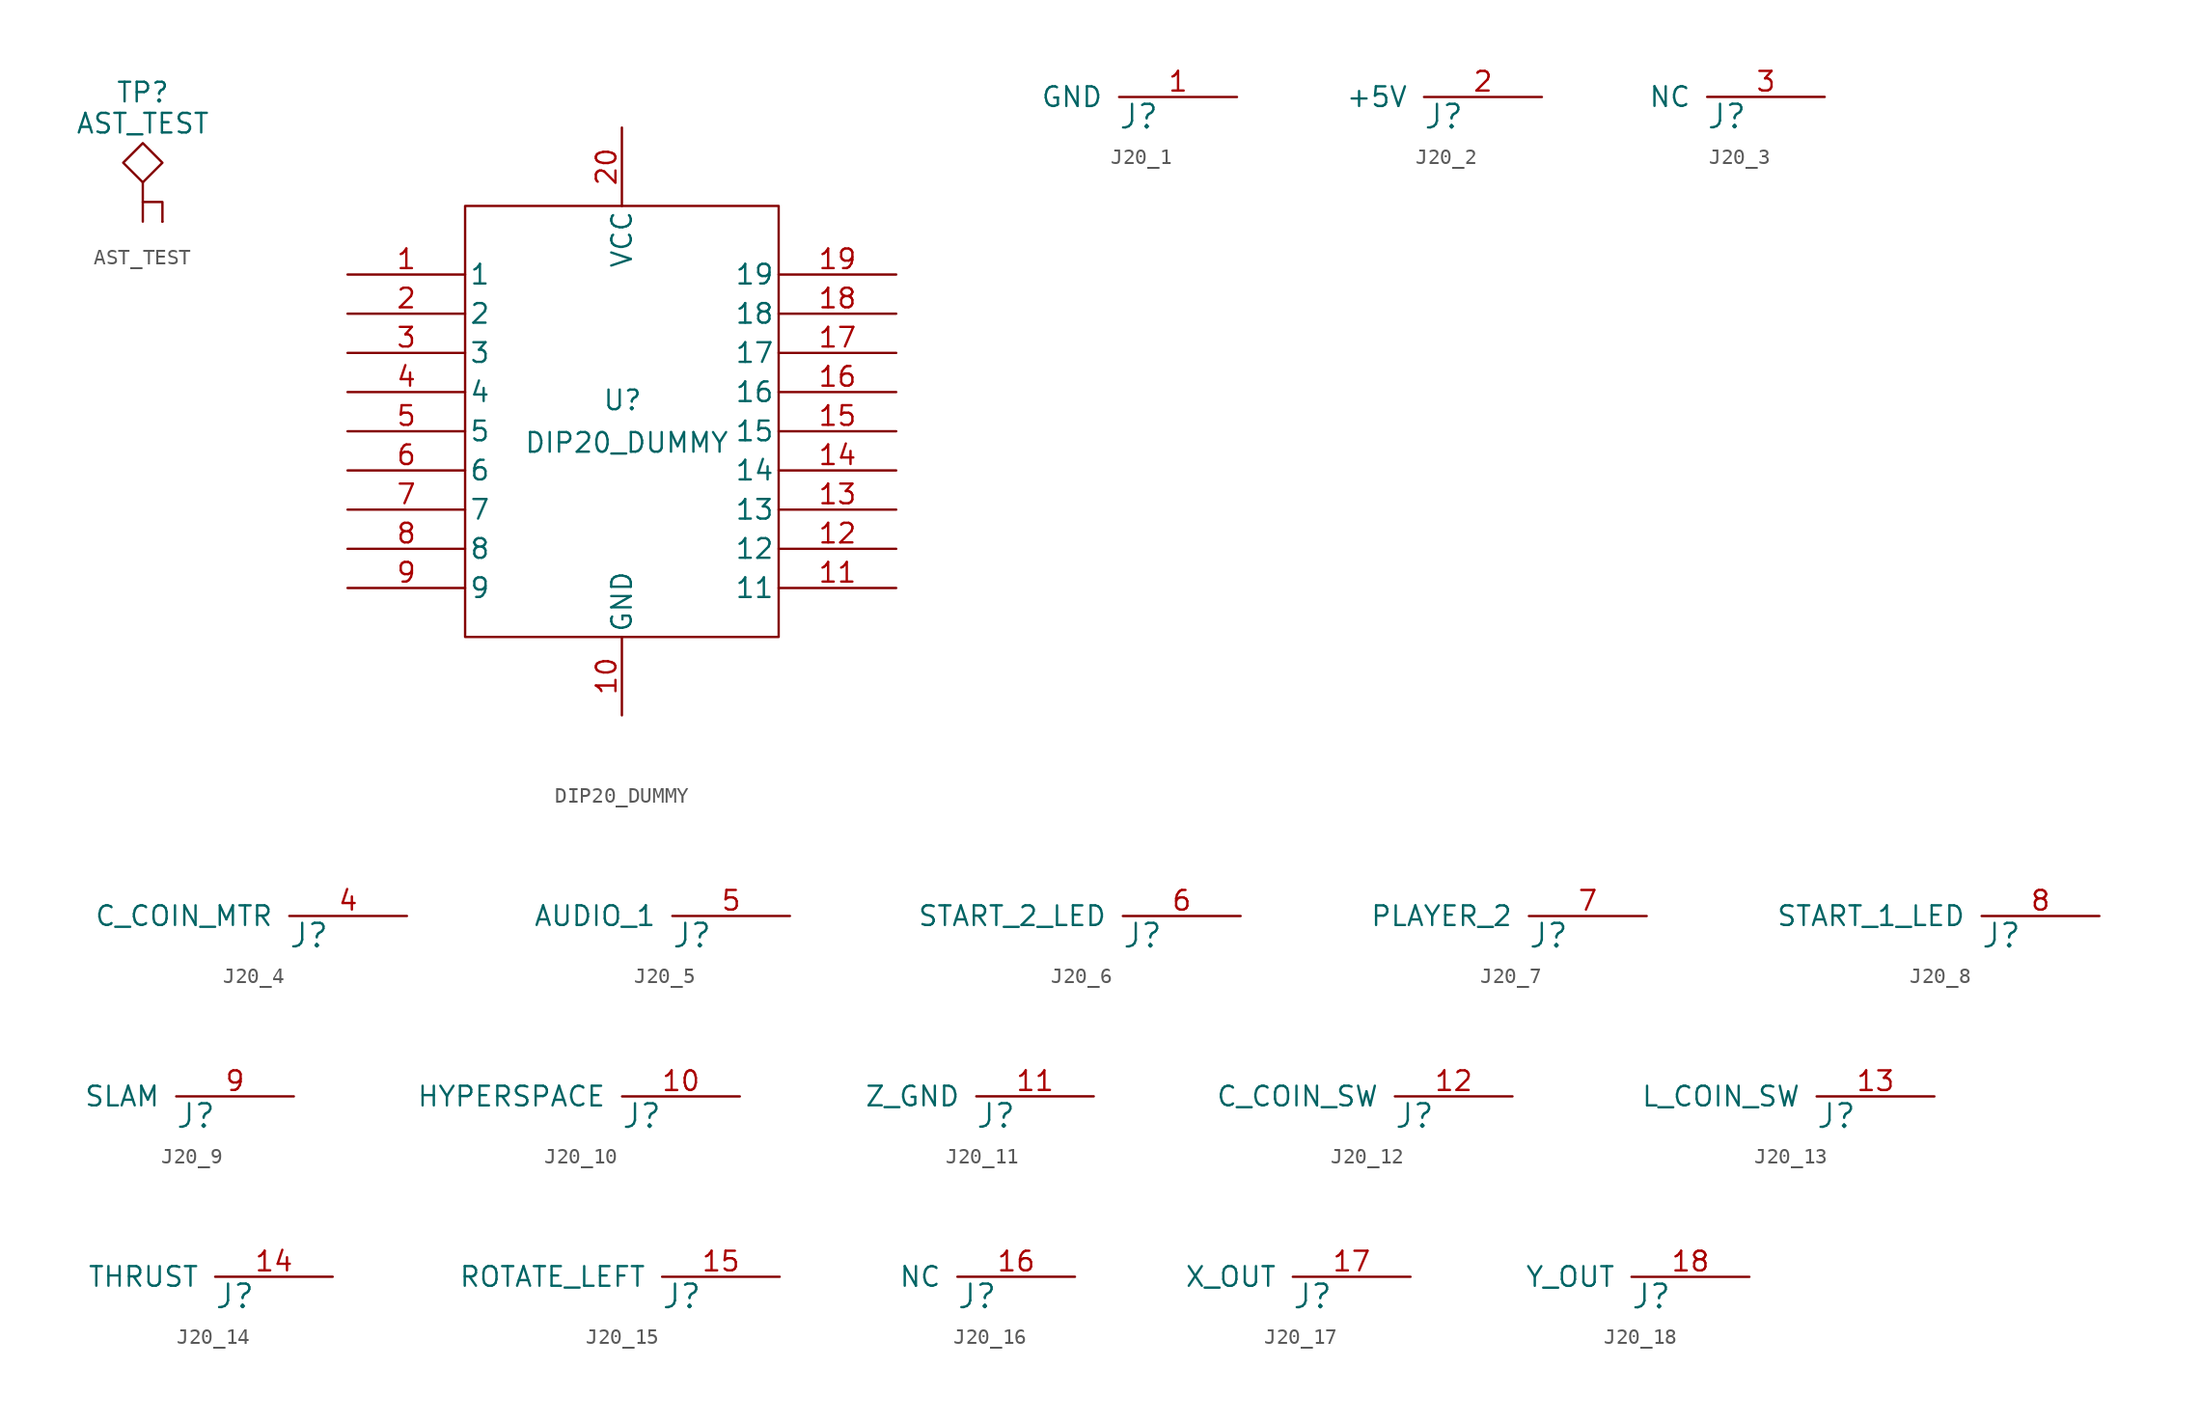
<source format=kicad_sym>
(kicad_symbol_lib
  (version 20211014)
  (generator kicad_symbol_editor)
  (symbol "AST_TEST"
    (pin_numbers hide)
    (pin_names
      (offset 1.016) hide)
    (property "Reference" "TP"
      (at 0 7.62 0)
      (effects (font (size 1.27 1.27)) (justify bottom)))
    (property "Value" "AST_TEST"
      (at 0 6.35 0)
      (effects (font (size 1.27 1.27))))
    (symbol "AST_TEST_0_1"
      (polyline (pts (xy 1.27 0) (xy 1.27 1.27) (xy 0 1.27)) (stroke (width 0) (type default) (color 0 0 0 0)) (fill (type none)))
      (polyline (pts (xy 0 5.08) (xy -1.27 3.81) (xy 0 2.54) (xy 1.27 3.81) (xy 0 5.08) (xy 0 5.08)) (stroke (width 0) (type default) (color 0 0 0 0)) (fill (type none))))
    (symbol "AST_TEST_1_1"
      (pin passive line (at 0 0 90) (length 2.54) (name "~" (effects (font (size 1.27 1.27)))) (number "1" (effects (font (size 1.27 1.27)))))
      (pin passive line (at 1.27 0 90) (length 0) (name "~" (effects (font (size 1.27 1.27)))) (number "2" (effects (font (size 1.27 1.27)))))))
  (symbol "DIP20_DUMMY"
    (pin_names
      (offset 0.254))
    (property "Reference" "U"
      (at -1.27 0.635 0)
      (effects (font (size 1.27 1.27)) (justify left bottom)))
    (property "Value" "DIP20_DUMMY"
      (at -6.35 -0.635 0)
      (effects (font (size 1.27 1.27)) (justify left top)))
    (symbol "DIP20_DUMMY_0_0"
      (pin power_in line (at 0 -19.05 90) (length 5.08) (name "GND" (effects (font (size 1.27 1.27)))) (number "10" (effects (font (size 1.27 1.27)))))
      (pin power_in line (at 0 19.05 270) (length 5.08) (name "VCC" (effects (font (size 1.27 1.27)))) (number "20" (effects (font (size 1.27 1.27))))))
    (symbol "DIP20_DUMMY_0_1"
      (rectangle (start -10.16 13.97) (end 10.16 -13.97) (stroke (width 0) (type default) (color 0 0 0 0)) (fill (type none))))
    (symbol "DIP20_DUMMY_1_1"
      (pin bidirectional line (at -17.78 9.525 0) (length 7.62) (name "1" (effects (font (size 1.27 1.27)))) (number "1" (effects (font (size 1.27 1.27)))))
      (pin input line (at 17.78 -10.795 180) (length 7.62) (name "11" (effects (font (size 1.27 1.27)))) (number "11" (effects (font (size 1.27 1.27)))))
      (pin input line (at 17.78 -8.255 180) (length 7.62) (name "12" (effects (font (size 1.27 1.27)))) (number "12" (effects (font (size 1.27 1.27)))))
      (pin input line (at 17.78 -5.715 180) (length 7.62) (name "13" (effects (font (size 1.27 1.27)))) (number "13" (effects (font (size 1.27 1.27)))))
      (pin input line (at 17.78 -3.175 180) (length 7.62) (name "14" (effects (font (size 1.27 1.27)))) (number "14" (effects (font (size 1.27 1.27)))))
      (pin input line (at 17.78 -0.635 180) (length 7.62) (name "15" (effects (font (size 1.27 1.27)))) (number "15" (effects (font (size 1.27 1.27)))))
      (pin input line (at 17.78 1.905 180) (length 7.62) (name "16" (effects (font (size 1.27 1.27)))) (number "16" (effects (font (size 1.27 1.27)))))
      (pin input line (at 17.78 4.445 180) (length 7.62) (name "17" (effects (font (size 1.27 1.27)))) (number "17" (effects (font (size 1.27 1.27)))))
      (pin input line (at 17.78 6.985 180) (length 7.62) (name "18" (effects (font (size 1.27 1.27)))) (number "18" (effects (font (size 1.27 1.27)))))
      (pin bidirectional line (at 17.78 9.525 180) (length 7.62) (name "19" (effects (font (size 1.27 1.27)))) (number "19" (effects (font (size 1.27 1.27)))))
      (pin bidirectional line (at -17.78 6.985 0) (length 7.62) (name "2" (effects (font (size 1.27 1.27)))) (number "2" (effects (font (size 1.27 1.27)))))
      (pin bidirectional line (at -17.78 4.445 0) (length 7.62) (name "3" (effects (font (size 1.27 1.27)))) (number "3" (effects (font (size 1.27 1.27)))))
      (pin bidirectional line (at -17.78 1.905 0) (length 7.62) (name "4" (effects (font (size 1.27 1.27)))) (number "4" (effects (font (size 1.27 1.27)))))
      (pin bidirectional line (at -17.78 -0.635 0) (length 7.62) (name "5" (effects (font (size 1.27 1.27)))) (number "5" (effects (font (size 1.27 1.27)))))
      (pin bidirectional line (at -17.78 -3.175 0) (length 7.62) (name "6" (effects (font (size 1.27 1.27)))) (number "6" (effects (font (size 1.27 1.27)))))
      (pin bidirectional line (at -17.78 -5.715 0) (length 7.62) (name "7" (effects (font (size 1.27 1.27)))) (number "7" (effects (font (size 1.27 1.27)))))
      (pin bidirectional line (at -17.78 -8.255 0) (length 7.62) (name "8" (effects (font (size 1.27 1.27)))) (number "8" (effects (font (size 1.27 1.27)))))
      (pin bidirectional line (at -17.78 -10.795 0) (length 7.62) (name "9" (effects (font (size 1.27 1.27)))) (number "9" (effects (font (size 1.27 1.27)))))))
  (symbol "J20_1"
    (pin_names
      (offset 1.016))
    (property "Reference" "J"
      (at 3.81 -1.27 0)
      (effects (font (size 1.524 1.524))))
    (symbol "J20_1_1_1"
      (pin input line (at 10.16 0 180) (length 7.62) (name "GND" (effects (font (size 1.27 1.27)))) (number "1" (effects (font (size 1.27 1.27)))))))
  (symbol "J20_2"
    (pin_names
      (offset 1.016))
    (property "Reference" "J"
      (at 3.81 -1.27 0)
      (effects (font (size 1.524 1.524))))
    (symbol "J20_2_1_1"
      (pin power_out line (at 10.16 0 180) (length 7.62) (name "+5V" (effects (font (size 1.27 1.27)))) (number "2" (effects (font (size 1.27 1.27)))))))
  (symbol "J20_3"
    (pin_names
      (offset 1.016))
    (property "Reference" "J"
      (at 3.81 -1.27 0)
      (effects (font (size 1.524 1.524))))
    (symbol "J20_3_1_1"
      (pin output line (at 10.16 0 180) (length 7.62) (name "NC" (effects (font (size 1.27 1.27)))) (number "3" (effects (font (size 1.27 1.27)))))))
  (symbol "J20_4"
    (pin_names
      (offset 1.016))
    (property "Reference" "J"
      (at 3.81 -1.27 0)
      (effects (font (size 1.524 1.524))))
    (symbol "J20_4_1_1"
      (pin input line (at 10.16 0 180) (length 7.62) (name "C_COIN_MTR" (effects (font (size 1.27 1.27)))) (number "4" (effects (font (size 1.27 1.27)))))))
  (symbol "J20_5"
    (pin_names
      (offset 1.016))
    (property "Reference" "J"
      (at 3.81 -1.27 0)
      (effects (font (size 1.524 1.524))))
    (symbol "J20_5_1_1"
      (pin input line (at 10.16 0 180) (length 7.62) (name "AUDIO_1" (effects (font (size 1.27 1.27)))) (number "5" (effects (font (size 1.27 1.27)))))))
  (symbol "J20_6"
    (pin_names
      (offset 1.016))
    (property "Reference" "J"
      (at 3.81 -1.27 0)
      (effects (font (size 1.524 1.524))))
    (symbol "J20_6_1_1"
      (pin input line (at 10.16 0 180) (length 7.62) (name "START_2_LED" (effects (font (size 1.27 1.27)))) (number "6" (effects (font (size 1.27 1.27)))))))
  (symbol "J20_7"
    (pin_names
      (offset 1.016))
    (property "Reference" "J"
      (at 3.81 -1.27 0)
      (effects (font (size 1.524 1.524))))
    (symbol "J20_7_1_1"
      (pin input line (at 10.16 0 180) (length 7.62) (name "PLAYER_2" (effects (font (size 1.27 1.27)))) (number "7" (effects (font (size 1.27 1.27)))))))
  (symbol "J20_8"
    (pin_names
      (offset 1.016))
    (property "Reference" "J"
      (at 3.81 -1.27 0)
      (effects (font (size 1.524 1.524))))
    (symbol "J20_8_1_1"
      (pin input line (at 10.16 0 180) (length 7.62) (name "START_1_LED" (effects (font (size 1.27 1.27)))) (number "8" (effects (font (size 1.27 1.27)))))))
  (symbol "J20_9"
    (pin_names
      (offset 1.016))
    (property "Reference" "J"
      (at 3.81 -1.27 0)
      (effects (font (size 1.524 1.524))))
    (symbol "J20_9_1_1"
      (pin input line (at 10.16 0 180) (length 7.62) (name "SLAM" (effects (font (size 1.27 1.27)))) (number "9" (effects (font (size 1.27 1.27)))))))
  (symbol "J20_10"
    (pin_names
      (offset 1.016))
    (property "Reference" "J"
      (at 3.81 -1.27 0)
      (effects (font (size 1.524 1.524))))
    (symbol "J20_10_1_1"
      (pin input line (at 10.16 0 180) (length 7.62) (name "HYPERSPACE" (effects (font (size 1.27 1.27)))) (number "10" (effects (font (size 1.27 1.27)))))))
  (symbol "J20_11"
    (pin_names
      (offset 1.016))
    (property "Reference" "J"
      (at 3.81 -1.27 0)
      (effects (font (size 1.524 1.524))))
    (symbol "J20_11_1_1"
      (pin input line (at 10.16 0 180) (length 7.62) (name "Z_GND" (effects (font (size 1.27 1.27)))) (number "11" (effects (font (size 1.27 1.27)))))))
  (symbol "J20_12"
    (pin_names
      (offset 1.016))
    (property "Reference" "J"
      (at 3.81 -1.27 0)
      (effects (font (size 1.524 1.524))))
    (symbol "J20_12_1_1"
      (pin input line (at 10.16 0 180) (length 7.62) (name "C_COIN_SW" (effects (font (size 1.27 1.27)))) (number "12" (effects (font (size 1.27 1.27)))))))
  (symbol "J20_13"
    (pin_names
      (offset 1.016))
    (property "Reference" "J"
      (at 3.81 -1.27 0)
      (effects (font (size 1.524 1.524))))
    (symbol "J20_13_1_1"
      (pin input line (at 10.16 0 180) (length 7.62) (name "L_COIN_SW" (effects (font (size 1.27 1.27)))) (number "13" (effects (font (size 1.27 1.27)))))))
  (symbol "J20_14"
    (pin_names
      (offset 1.016))
    (property "Reference" "J"
      (at 3.81 -1.27 0)
      (effects (font (size 1.524 1.524))))
    (symbol "J20_14_1_1"
      (pin input line (at 10.16 0 180) (length 7.62) (name "THRUST" (effects (font (size 1.27 1.27)))) (number "14" (effects (font (size 1.27 1.27)))))))
  (symbol "J20_15"
    (pin_names
      (offset 1.016))
    (property "Reference" "J"
      (at 3.81 -1.27 0)
      (effects (font (size 1.524 1.524))))
    (symbol "J20_15_1_1"
      (pin input line (at 10.16 0 180) (length 7.62) (name "ROTATE_LEFT" (effects (font (size 1.27 1.27)))) (number "15" (effects (font (size 1.27 1.27)))))))
  (symbol "J20_16"
    (pin_names
      (offset 1.016))
    (property "Reference" "J"
      (at 3.81 -1.27 0)
      (effects (font (size 1.524 1.524))))
    (symbol "J20_16_1_1"
      (pin output line (at 10.16 0 180) (length 7.62) (name "NC" (effects (font (size 1.27 1.27)))) (number "16" (effects (font (size 1.27 1.27)))))))
  (symbol "J20_17"
    (pin_names
      (offset 1.016))
    (property "Reference" "J"
      (at 3.81 -1.27 0)
      (effects (font (size 1.524 1.524))))
    (symbol "J20_17_1_1"
      (pin input line (at 10.16 0 180) (length 7.62) (name "X_OUT" (effects (font (size 1.27 1.27)))) (number "17" (effects (font (size 1.27 1.27)))))))
  (symbol "J20_18"
    (pin_names
      (offset 1.016))
    (property "Reference" "J"
      (at 3.81 -1.27 0)
      (effects (font (size 1.524 1.524))))
    (symbol "J20_18_1_1"
      (pin input line (at 10.16 0 180) (length 7.62) (name "Y_OUT" (effects (font (size 1.27 1.27)))) (number "18" (effects (font (size 1.27 1.27))))))))
</source>
